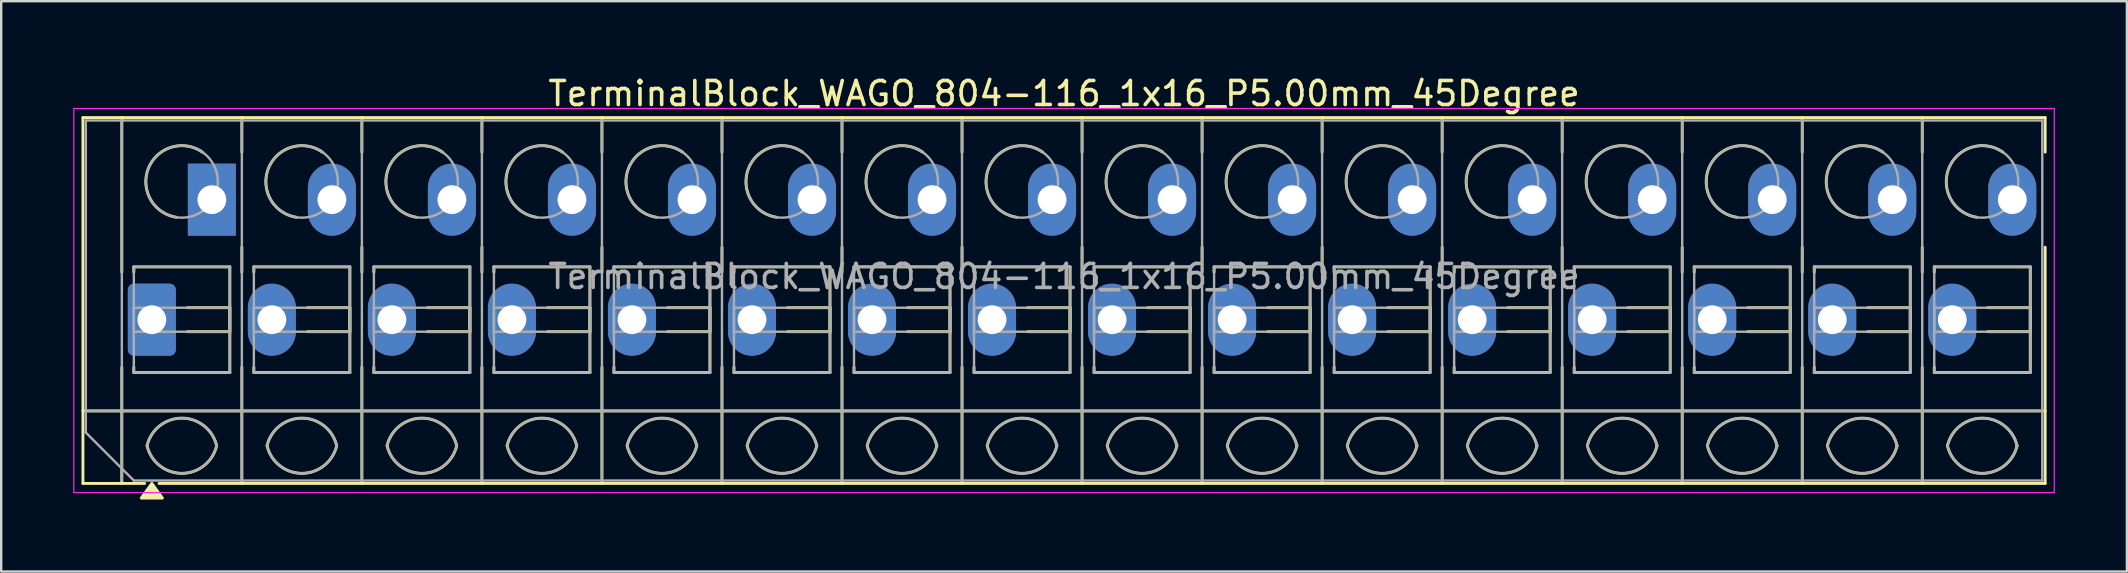
<source format=kicad_pcb>
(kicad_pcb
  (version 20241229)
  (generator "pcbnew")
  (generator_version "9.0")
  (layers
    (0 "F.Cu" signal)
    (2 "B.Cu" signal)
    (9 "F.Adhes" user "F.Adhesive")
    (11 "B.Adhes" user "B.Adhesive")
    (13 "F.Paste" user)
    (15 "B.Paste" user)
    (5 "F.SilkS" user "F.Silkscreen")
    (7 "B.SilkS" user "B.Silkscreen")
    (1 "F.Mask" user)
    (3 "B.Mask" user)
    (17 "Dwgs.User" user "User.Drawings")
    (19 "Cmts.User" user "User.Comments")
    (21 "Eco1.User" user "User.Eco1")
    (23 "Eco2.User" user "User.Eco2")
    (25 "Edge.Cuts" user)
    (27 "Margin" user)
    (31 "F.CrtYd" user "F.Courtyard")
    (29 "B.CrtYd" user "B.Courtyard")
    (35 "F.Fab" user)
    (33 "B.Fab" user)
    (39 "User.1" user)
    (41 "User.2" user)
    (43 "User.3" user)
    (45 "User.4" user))
  (footprint "TerminalBlock_WAGO_804-116_1x16_P5.00mm_45Degree"
    (layer "F.Cu")
    (at 3.275 10.268)
    (property "Reference" "TerminalBlock_WAGO_804-116_1x16_P5.00mm_45Degree" (at 38 -9.42 0) (layer "F.SilkS") (effects (font (size 1 1) (thickness 0.15))))
    (attr through_hole)
    (fp_line (start -2.87 -8.42) (end -2.87 6.82) (stroke (width 0.12) (type solid)) (layer "F.SilkS"))
    (fp_line (start -2.87 -8.42) (end 78.87 -8.42) (stroke (width 0.12) (type solid)) (layer "F.SilkS"))
    (fp_line (start -2.87 3.8) (end 78.87 3.8) (stroke (width 0.12) (type solid)) (layer "F.SilkS"))
    (fp_line (start -2.87 6.82) (end -0.3 6.82) (stroke (width 0.12) (type solid)) (layer "F.SilkS"))
    (fp_line (start -1.25 -8.42) (end -1.25 -1.98) (stroke (width 0.12) (type solid)) (layer "F.SilkS"))
    (fp_line (start -1.25 1.98) (end -1.25 6.82) (stroke (width 0.12) (type solid)) (layer "F.SilkS"))
    (fp_line (start -0.75 -2.2) (end -0.75 -1.98) (stroke (width 0.12) (type solid)) (layer "F.SilkS"))
    (fp_line (start -0.75 -2.2) (end 3.25 -2.2) (stroke (width 0.12) (type solid)) (layer "F.SilkS"))
    (fp_line (start -0.75 1.98) (end -0.75 2.2) (stroke (width 0.12) (type solid)) (layer "F.SilkS"))
    (fp_line (start -0.75 2.2) (end 3.25 2.2) (stroke (width 0.12) (type solid)) (layer "F.SilkS"))
    (fp_line (start 0.3 6.82) (end 78.87 6.82) (stroke (width 0.12) (type solid)) (layer "F.SilkS"))
    (fp_line (start 1.48 -0.5) (end 3.25 -0.5) (stroke (width 0.12) (type solid)) (layer "F.SilkS"))
    (fp_line (start 1.48 0.5) (end 3.25 0.5) (stroke (width 0.12) (type solid)) (layer "F.SilkS"))
    (fp_line (start 3.25 -2.2) (end 3.25 2.2) (stroke (width 0.12) (type solid)) (layer "F.SilkS"))
    (fp_line (start 3.25 -0.5) (end 3.25 0.5) (stroke (width 0.12) (type solid)) (layer "F.SilkS"))
    (fp_line (start 3.75 -8.42) (end 3.75 -6.98) (stroke (width 0.12) (type solid)) (layer "F.SilkS"))
    (fp_line (start 3.75 -3.02) (end 3.75 -1.98) (stroke (width 0.12) (type solid)) (layer "F.SilkS"))
    (fp_line (start 3.75 1.98) (end 3.75 6.82) (stroke (width 0.12) (type solid)) (layer "F.SilkS"))
    (fp_line (start 4.25 -2.2) (end 4.25 -1.98) (stroke (width 0.12) (type solid)) (layer "F.SilkS"))
    (fp_line (start 4.25 -2.2) (end 8.25 -2.2) (stroke (width 0.12) (type solid)) (layer "F.SilkS"))
    (fp_line (start 4.25 1.98) (end 4.25 2.2) (stroke (width 0.12) (type solid)) (layer "F.SilkS"))
    (fp_line (start 4.25 2.2) (end 8.25 2.2) (stroke (width 0.12) (type solid)) (layer "F.SilkS"))
    (fp_line (start 6.48 -0.5) (end 8.25 -0.5) (stroke (width 0.12) (type solid)) (layer "F.SilkS"))
    (fp_line (start 6.48 0.5) (end 8.25 0.5) (stroke (width 0.12) (type solid)) (layer "F.SilkS"))
    (fp_line (start 8.25 -2.2) (end 8.25 2.2) (stroke (width 0.12) (type solid)) (layer "F.SilkS"))
    (fp_line (start 8.25 -0.5) (end 8.25 0.5) (stroke (width 0.12) (type solid)) (layer "F.SilkS"))
    (fp_line (start 8.75 -8.42) (end 8.75 -6.98) (stroke (width 0.12) (type solid)) (layer "F.SilkS"))
    (fp_line (start 8.75 -3.02) (end 8.75 -1.98) (stroke (width 0.12) (type solid)) (layer "F.SilkS"))
    (fp_line (start 8.75 1.98) (end 8.75 6.82) (stroke (width 0.12) (type solid)) (layer "F.SilkS"))
    (fp_line (start 9.25 -2.2) (end 9.25 -1.98) (stroke (width 0.12) (type solid)) (layer "F.SilkS"))
    (fp_line (start 9.25 -2.2) (end 13.25 -2.2) (stroke (width 0.12) (type solid)) (layer "F.SilkS"))
    (fp_line (start 9.25 1.98) (end 9.25 2.2) (stroke (width 0.12) (type solid)) (layer "F.SilkS"))
    (fp_line (start 9.25 2.2) (end 13.25 2.2) (stroke (width 0.12) (type solid)) (layer "F.SilkS"))
    (fp_line (start 11.48 -0.5) (end 13.25 -0.5) (stroke (width 0.12) (type solid)) (layer "F.SilkS"))
    (fp_line (start 11.48 0.5) (end 13.25 0.5) (stroke (width 0.12) (type solid)) (layer "F.SilkS"))
    (fp_line (start 13.25 -2.2) (end 13.25 2.2) (stroke (width 0.12) (type solid)) (layer "F.SilkS"))
    (fp_line (start 13.25 -0.5) (end 13.25 0.5) (stroke (width 0.12) (type solid)) (layer "F.SilkS"))
    (fp_line (start 13.75 -8.42) (end 13.75 -6.98) (stroke (width 0.12) (type solid)) (layer "F.SilkS"))
    (fp_line (start 13.75 -3.02) (end 13.75 -1.98) (stroke (width 0.12) (type solid)) (layer "F.SilkS"))
    (fp_line (start 13.75 1.98) (end 13.75 6.82) (stroke (width 0.12) (type solid)) (layer "F.SilkS"))
    (fp_line (start 14.25 -2.2) (end 14.25 -1.98) (stroke (width 0.12) (type solid)) (layer "F.SilkS"))
    (fp_line (start 14.25 -2.2) (end 18.25 -2.2) (stroke (width 0.12) (type solid)) (layer "F.SilkS"))
    (fp_line (start 14.25 1.98) (end 14.25 2.2) (stroke (width 0.12) (type solid)) (layer "F.SilkS"))
    (fp_line (start 14.25 2.2) (end 18.25 2.2) (stroke (width 0.12) (type solid)) (layer "F.SilkS"))
    (fp_line (start 16.48 -0.5) (end 18.25 -0.5) (stroke (width 0.12) (type solid)) (layer "F.SilkS"))
    (fp_line (start 16.48 0.5) (end 18.25 0.5) (stroke (width 0.12) (type solid)) (layer "F.SilkS"))
    (fp_line (start 18.25 -2.2) (end 18.25 2.2) (stroke (width 0.12) (type solid)) (layer "F.SilkS"))
    (fp_line (start 18.25 -0.5) (end 18.25 0.5) (stroke (width 0.12) (type solid)) (layer "F.SilkS"))
    (fp_line (start 18.75 -8.42) (end 18.75 -6.98) (stroke (width 0.12) (type solid)) (layer "F.SilkS"))
    (fp_line (start 18.75 -3.02) (end 18.75 -1.98) (stroke (width 0.12) (type solid)) (layer "F.SilkS"))
    (fp_line (start 18.75 1.98) (end 18.75 6.82) (stroke (width 0.12) (type solid)) (layer "F.SilkS"))
    (fp_line (start 19.25 -2.2) (end 19.25 -1.98) (stroke (width 0.12) (type solid)) (layer "F.SilkS"))
    (fp_line (start 19.25 -2.2) (end 23.25 -2.2) (stroke (width 0.12) (type solid)) (layer "F.SilkS"))
    (fp_line (start 19.25 1.98) (end 19.25 2.2) (stroke (width 0.12) (type solid)) (layer "F.SilkS"))
    (fp_line (start 19.25 2.2) (end 23.25 2.2) (stroke (width 0.12) (type solid)) (layer "F.SilkS"))
    (fp_line (start 21.48 -0.5) (end 23.25 -0.5) (stroke (width 0.12) (type solid)) (layer "F.SilkS"))
    (fp_line (start 21.48 0.5) (end 23.25 0.5) (stroke (width 0.12) (type solid)) (layer "F.SilkS"))
    (fp_line (start 23.25 -2.2) (end 23.25 2.2) (stroke (width 0.12) (type solid)) (layer "F.SilkS"))
    (fp_line (start 23.25 -0.5) (end 23.25 0.5) (stroke (width 0.12) (type solid)) (layer "F.SilkS"))
    (fp_line (start 23.75 -8.42) (end 23.75 -6.98) (stroke (width 0.12) (type solid)) (layer "F.SilkS"))
    (fp_line (start 23.75 -3.02) (end 23.75 -1.98) (stroke (width 0.12) (type solid)) (layer "F.SilkS"))
    (fp_line (start 23.75 1.98) (end 23.75 6.82) (stroke (width 0.12) (type solid)) (layer "F.SilkS"))
    (fp_line (start 24.25 -2.2) (end 24.25 -1.98) (stroke (width 0.12) (type solid)) (layer "F.SilkS"))
    (fp_line (start 24.25 -2.2) (end 28.25 -2.2) (stroke (width 0.12) (type solid)) (layer "F.SilkS"))
    (fp_line (start 24.25 1.98) (end 24.25 2.2) (stroke (width 0.12) (type solid)) (layer "F.SilkS"))
    (fp_line (start 24.25 2.2) (end 28.25 2.2) (stroke (width 0.12) (type solid)) (layer "F.SilkS"))
    (fp_line (start 26.48 -0.5) (end 28.25 -0.5) (stroke (width 0.12) (type solid)) (layer "F.SilkS"))
    (fp_line (start 26.48 0.5) (end 28.25 0.5) (stroke (width 0.12) (type solid)) (layer "F.SilkS"))
    (fp_line (start 28.25 -2.2) (end 28.25 2.2) (stroke (width 0.12) (type solid)) (layer "F.SilkS"))
    (fp_line (start 28.25 -0.5) (end 28.25 0.5) (stroke (width 0.12) (type solid)) (layer "F.SilkS"))
    (fp_line (start 28.75 -8.42) (end 28.75 -6.98) (stroke (width 0.12) (type solid)) (layer "F.SilkS"))
    (fp_line (start 28.75 -3.02) (end 28.75 -1.98) (stroke (width 0.12) (type solid)) (layer "F.SilkS"))
    (fp_line (start 28.75 1.98) (end 28.75 6.82) (stroke (width 0.12) (type solid)) (layer "F.SilkS"))
    (fp_line (start 29.25 -2.2) (end 29.25 -1.98) (stroke (width 0.12) (type solid)) (layer "F.SilkS"))
    (fp_line (start 29.25 -2.2) (end 33.25 -2.2) (stroke (width 0.12) (type solid)) (layer "F.SilkS"))
    (fp_line (start 29.25 1.98) (end 29.25 2.2) (stroke (width 0.12) (type solid)) (layer "F.SilkS"))
    (fp_line (start 29.25 2.2) (end 33.25 2.2) (stroke (width 0.12) (type solid)) (layer "F.SilkS"))
    (fp_line (start 31.48 -0.5) (end 33.25 -0.5) (stroke (width 0.12) (type solid)) (layer "F.SilkS"))
    (fp_line (start 31.48 0.5) (end 33.25 0.5) (stroke (width 0.12) (type solid)) (layer "F.SilkS"))
    (fp_line (start 33.25 -2.2) (end 33.25 2.2) (stroke (width 0.12) (type solid)) (layer "F.SilkS"))
    (fp_line (start 33.25 -0.5) (end 33.25 0.5) (stroke (width 0.12) (type solid)) (layer "F.SilkS"))
    (fp_line (start 33.75 -8.42) (end 33.75 -6.98) (stroke (width 0.12) (type solid)) (layer "F.SilkS"))
    (fp_line (start 33.75 -3.02) (end 33.75 -1.98) (stroke (width 0.12) (type solid)) (layer "F.SilkS"))
    (fp_line (start 33.75 1.98) (end 33.75 6.82) (stroke (width 0.12) (type solid)) (layer "F.SilkS"))
    (fp_line (start 34.25 -2.2) (end 34.25 -1.98) (stroke (width 0.12) (type solid)) (layer "F.SilkS"))
    (fp_line (start 34.25 -2.2) (end 38.25 -2.2) (stroke (width 0.12) (type solid)) (layer "F.SilkS"))
    (fp_line (start 34.25 1.98) (end 34.25 2.2) (stroke (width 0.12) (type solid)) (layer "F.SilkS"))
    (fp_line (start 34.25 2.2) (end 38.25 2.2) (stroke (width 0.12) (type solid)) (layer "F.SilkS"))
    (fp_line (start 36.48 -0.5) (end 38.25 -0.5) (stroke (width 0.12) (type solid)) (layer "F.SilkS"))
    (fp_line (start 36.48 0.5) (end 38.25 0.5) (stroke (width 0.12) (type solid)) (layer "F.SilkS"))
    (fp_line (start 38.25 -2.2) (end 38.25 2.2) (stroke (width 0.12) (type solid)) (layer "F.SilkS"))
    (fp_line (start 38.25 -0.5) (end 38.25 0.5) (stroke (width 0.12) (type solid)) (layer "F.SilkS"))
    (fp_line (start 38.75 -8.42) (end 38.75 -6.98) (stroke (width 0.12) (type solid)) (layer "F.SilkS"))
    (fp_line (start 38.75 -3.02) (end 38.75 -1.98) (stroke (width 0.12) (type solid)) (layer "F.SilkS"))
    (fp_line (start 38.75 1.98) (end 38.75 6.82) (stroke (width 0.12) (type solid)) (layer "F.SilkS"))
    (fp_line (start 39.25 -2.2) (end 39.25 -1.98) (stroke (width 0.12) (type solid)) (layer "F.SilkS"))
    (fp_line (start 39.25 -2.2) (end 43.25 -2.2) (stroke (width 0.12) (type solid)) (layer "F.SilkS"))
    (fp_line (start 39.25 1.98) (end 39.25 2.2) (stroke (width 0.12) (type solid)) (layer "F.SilkS"))
    (fp_line (start 39.25 2.2) (end 43.25 2.2) (stroke (width 0.12) (type solid)) (layer "F.SilkS"))
    (fp_line (start 41.48 -0.5) (end 43.25 -0.5) (stroke (width 0.12) (type solid)) (layer "F.SilkS"))
    (fp_line (start 41.48 0.5) (end 43.25 0.5) (stroke (width 0.12) (type solid)) (layer "F.SilkS"))
    (fp_line (start 43.25 -2.2) (end 43.25 2.2) (stroke (width 0.12) (type solid)) (layer "F.SilkS"))
    (fp_line (start 43.25 -0.5) (end 43.25 0.5) (stroke (width 0.12) (type solid)) (layer "F.SilkS"))
    (fp_line (start 43.75 -8.42) (end 43.75 -6.98) (stroke (width 0.12) (type solid)) (layer "F.SilkS"))
    (fp_line (start 43.75 -3.02) (end 43.75 -1.98) (stroke (width 0.12) (type solid)) (layer "F.SilkS"))
    (fp_line (start 43.75 1.98) (end 43.75 6.82) (stroke (width 0.12) (type solid)) (layer "F.SilkS"))
    (fp_line (start 44.25 -2.2) (end 44.25 -1.98) (stroke (width 0.12) (type solid)) (layer "F.SilkS"))
    (fp_line (start 44.25 -2.2) (end 48.25 -2.2) (stroke (width 0.12) (type solid)) (layer "F.SilkS"))
    (fp_line (start 44.25 1.98) (end 44.25 2.2) (stroke (width 0.12) (type solid)) (layer "F.SilkS"))
    (fp_line (start 44.25 2.2) (end 48.25 2.2) (stroke (width 0.12) (type solid)) (layer "F.SilkS"))
    (fp_line (start 46.48 -0.5) (end 48.25 -0.5) (stroke (width 0.12) (type solid)) (layer "F.SilkS"))
    (fp_line (start 46.48 0.5) (end 48.25 0.5) (stroke (width 0.12) (type solid)) (layer "F.SilkS"))
    (fp_line (start 48.25 -2.2) (end 48.25 2.2) (stroke (width 0.12) (type solid)) (layer "F.SilkS"))
    (fp_line (start 48.25 -0.5) (end 48.25 0.5) (stroke (width 0.12) (type solid)) (layer "F.SilkS"))
    (fp_line (start 48.75 -8.42) (end 48.75 -6.98) (stroke (width 0.12) (type solid)) (layer "F.SilkS"))
    (fp_line (start 48.75 -3.02) (end 48.75 -1.98) (stroke (width 0.12) (type solid)) (layer "F.SilkS"))
    (fp_line (start 48.75 1.98) (end 48.75 6.82) (stroke (width 0.12) (type solid)) (layer "F.SilkS"))
    (fp_line (start 49.25 -2.2) (end 49.25 -1.98) (stroke (width 0.12) (type solid)) (layer "F.SilkS"))
    (fp_line (start 49.25 -2.2) (end 53.25 -2.2) (stroke (width 0.12) (type solid)) (layer "F.SilkS"))
    (fp_line (start 49.25 1.98) (end 49.25 2.2) (stroke (width 0.12) (type solid)) (layer "F.SilkS"))
    (fp_line (start 49.25 2.2) (end 53.25 2.2) (stroke (width 0.12) (type solid)) (layer "F.SilkS"))
    (fp_line (start 51.48 -0.5) (end 53.25 -0.5) (stroke (width 0.12) (type solid)) (layer "F.SilkS"))
    (fp_line (start 51.48 0.5) (end 53.25 0.5) (stroke (width 0.12) (type solid)) (layer "F.SilkS"))
    (fp_line (start 53.25 -2.2) (end 53.25 2.2) (stroke (width 0.12) (type solid)) (layer "F.SilkS"))
    (fp_line (start 53.25 -0.5) (end 53.25 0.5) (stroke (width 0.12) (type solid)) (layer "F.SilkS"))
    (fp_line (start 53.75 -8.42) (end 53.75 -6.98) (stroke (width 0.12) (type solid)) (layer "F.SilkS"))
    (fp_line (start 53.75 -3.02) (end 53.75 -1.98) (stroke (width 0.12) (type solid)) (layer "F.SilkS"))
    (fp_line (start 53.75 1.98) (end 53.75 6.82) (stroke (width 0.12) (type solid)) (layer "F.SilkS"))
    (fp_line (start 54.25 -2.2) (end 54.25 -1.98) (stroke (width 0.12) (type solid)) (layer "F.SilkS"))
    (fp_line (start 54.25 -2.2) (end 58.25 -2.2) (stroke (width 0.12) (type solid)) (layer "F.SilkS"))
    (fp_line (start 54.25 1.98) (end 54.25 2.2) (stroke (width 0.12) (type solid)) (layer "F.SilkS"))
    (fp_line (start 54.25 2.2) (end 58.25 2.2) (stroke (width 0.12) (type solid)) (layer "F.SilkS"))
    (fp_line (start 56.48 -0.5) (end 58.25 -0.5) (stroke (width 0.12) (type solid)) (layer "F.SilkS"))
    (fp_line (start 56.48 0.5) (end 58.25 0.5) (stroke (width 0.12) (type solid)) (layer "F.SilkS"))
    (fp_line (start 58.25 -2.2) (end 58.25 2.2) (stroke (width 0.12) (type solid)) (layer "F.SilkS"))
    (fp_line (start 58.25 -0.5) (end 58.25 0.5) (stroke (width 0.12) (type solid)) (layer "F.SilkS"))
    (fp_line (start 58.75 -8.42) (end 58.75 -6.98) (stroke (width 0.12) (type solid)) (layer "F.SilkS"))
    (fp_line (start 58.75 -3.02) (end 58.75 -1.98) (stroke (width 0.12) (type solid)) (layer "F.SilkS"))
    (fp_line (start 58.75 1.98) (end 58.75 6.82) (stroke (width 0.12) (type solid)) (layer "F.SilkS"))
    (fp_line (start 59.25 -2.2) (end 59.25 -1.98) (stroke (width 0.12) (type solid)) (layer "F.SilkS"))
    (fp_line (start 59.25 -2.2) (end 63.25 -2.2) (stroke (width 0.12) (type solid)) (layer "F.SilkS"))
    (fp_line (start 59.25 1.98) (end 59.25 2.2) (stroke (width 0.12) (type solid)) (layer "F.SilkS"))
    (fp_line (start 59.25 2.2) (end 63.25 2.2) (stroke (width 0.12) (type solid)) (layer "F.SilkS"))
    (fp_line (start 61.48 -0.5) (end 63.25 -0.5) (stroke (width 0.12) (type solid)) (layer "F.SilkS"))
    (fp_line (start 61.48 0.5) (end 63.25 0.5) (stroke (width 0.12) (type solid)) (layer "F.SilkS"))
    (fp_line (start 63.25 -2.2) (end 63.25 2.2) (stroke (width 0.12) (type solid)) (layer "F.SilkS"))
    (fp_line (start 63.25 -0.5) (end 63.25 0.5) (stroke (width 0.12) (type solid)) (layer "F.SilkS"))
    (fp_line (start 63.75 -8.42) (end 63.75 -6.98) (stroke (width 0.12) (type solid)) (layer "F.SilkS"))
    (fp_line (start 63.75 -3.02) (end 63.75 -1.98) (stroke (width 0.12) (type solid)) (layer "F.SilkS"))
    (fp_line (start 63.75 1.98) (end 63.75 6.82) (stroke (width 0.12) (type solid)) (layer "F.SilkS"))
    (fp_line (start 64.25 -2.2) (end 64.25 -1.98) (stroke (width 0.12) (type solid)) (layer "F.SilkS"))
    (fp_line (start 64.25 -2.2) (end 68.25 -2.2) (stroke (width 0.12) (type solid)) (layer "F.SilkS"))
    (fp_line (start 64.25 1.98) (end 64.25 2.2) (stroke (width 0.12) (type solid)) (layer "F.SilkS"))
    (fp_line (start 64.25 2.2) (end 68.25 2.2) (stroke (width 0.12) (type solid)) (layer "F.SilkS"))
    (fp_line (start 66.48 -0.5) (end 68.25 -0.5) (stroke (width 0.12) (type solid)) (layer "F.SilkS"))
    (fp_line (start 66.48 0.5) (end 68.25 0.5) (stroke (width 0.12) (type solid)) (layer "F.SilkS"))
    (fp_line (start 68.25 -2.2) (end 68.25 2.2) (stroke (width 0.12) (type solid)) (layer "F.SilkS"))
    (fp_line (start 68.25 -0.5) (end 68.25 0.5) (stroke (width 0.12) (type solid)) (layer "F.SilkS"))
    (fp_line (start 68.75 -8.42) (end 68.75 -6.98) (stroke (width 0.12) (type solid)) (layer "F.SilkS"))
    (fp_line (start 68.75 -3.02) (end 68.75 -1.98) (stroke (width 0.12) (type solid)) (layer "F.SilkS"))
    (fp_line (start 68.75 1.98) (end 68.75 6.82) (stroke (width 0.12) (type solid)) (layer "F.SilkS"))
    (fp_line (start 69.25 -2.2) (end 69.25 -1.98) (stroke (width 0.12) (type solid)) (layer "F.SilkS"))
    (fp_line (start 69.25 -2.2) (end 73.25 -2.2) (stroke (width 0.12) (type solid)) (layer "F.SilkS"))
    (fp_line (start 69.25 1.98) (end 69.25 2.2) (stroke (width 0.12) (type solid)) (layer "F.SilkS"))
    (fp_line (start 69.25 2.2) (end 73.25 2.2) (stroke (width 0.12) (type solid)) (layer "F.SilkS"))
    (fp_line (start 71.48 -0.5) (end 73.25 -0.5) (stroke (width 0.12) (type solid)) (layer "F.SilkS"))
    (fp_line (start 71.48 0.5) (end 73.25 0.5) (stroke (width 0.12) (type solid)) (layer "F.SilkS"))
    (fp_line (start 73.25 -2.2) (end 73.25 2.2) (stroke (width 0.12) (type solid)) (layer "F.SilkS"))
    (fp_line (start 73.25 -0.5) (end 73.25 0.5) (stroke (width 0.12) (type solid)) (layer "F.SilkS"))
    (fp_line (start 73.75 -8.42) (end 73.75 -6.98) (stroke (width 0.12) (type solid)) (layer "F.SilkS"))
    (fp_line (start 73.75 -3.02) (end 73.75 -1.98) (stroke (width 0.12) (type solid)) (layer "F.SilkS"))
    (fp_line (start 73.75 1.98) (end 73.75 6.82) (stroke (width 0.12) (type solid)) (layer "F.SilkS"))
    (fp_line (start 74.25 -2.2) (end 74.25 -1.98) (stroke (width 0.12) (type solid)) (layer "F.SilkS"))
    (fp_line (start 74.25 -2.2) (end 78.25 -2.2) (stroke (width 0.12) (type solid)) (layer "F.SilkS"))
    (fp_line (start 74.25 1.98) (end 74.25 2.2) (stroke (width 0.12) (type solid)) (layer "F.SilkS"))
    (fp_line (start 74.25 2.2) (end 78.25 2.2) (stroke (width 0.12) (type solid)) (layer "F.SilkS"))
    (fp_line (start 76.48 -0.5) (end 78.25 -0.5) (stroke (width 0.12) (type solid)) (layer "F.SilkS"))
    (fp_line (start 76.48 0.5) (end 78.25 0.5) (stroke (width 0.12) (type solid)) (layer "F.SilkS"))
    (fp_line (start 78.25 -2.2) (end 78.25 2.2) (stroke (width 0.12) (type solid)) (layer "F.SilkS"))
    (fp_line (start 78.25 -0.5) (end 78.25 0.5) (stroke (width 0.12) (type solid)) (layer "F.SilkS"))
    (fp_line (start 78.87 -8.42) (end 78.87 -6.98) (stroke (width 0.12) (type solid)) (layer "F.SilkS"))
    (fp_line (start 78.87 -3.02) (end 78.87 6.82) (stroke (width 0.12) (type solid)) (layer "F.SilkS"))
    (fp_arc (start -0.2 5.25) (mid 1.25 4.1) (end 2.7 5.25) (stroke (width 0.12) (type solid)) (layer "F.SilkS"))
    (fp_arc (start 1.02 -4.268) (mid -0.141916 -6.309209) (end 2.109 -6.98) (stroke (width 0.12) (type solid)) (layer "F.SilkS"))
    (fp_arc (start 2.7 5.25) (mid 1.25 6.4) (end -0.2 5.25) (stroke (width 0.12) (type solid)) (layer "F.SilkS"))
    (fp_arc (start 4.8 5.25) (mid 6.25 4.1) (end 7.7 5.25) (stroke (width 0.12) (type solid)) (layer "F.SilkS"))
    (fp_arc (start 6.02 -4.268) (mid 4.858084 -6.309209) (end 7.109 -6.98) (stroke (width 0.12) (type solid)) (layer "F.SilkS"))
    (fp_arc (start 7.7 5.25) (mid 6.25 6.4) (end 4.8 5.25) (stroke (width 0.12) (type solid)) (layer "F.SilkS"))
    (fp_arc (start 9.8 5.25) (mid 11.25 4.1) (end 12.7 5.25) (stroke (width 0.12) (type solid)) (layer "F.SilkS"))
    (fp_arc (start 11.02 -4.268) (mid 9.858084 -6.309209) (end 12.109 -6.98) (stroke (width 0.12) (type solid)) (layer "F.SilkS"))
    (fp_arc (start 12.7 5.25) (mid 11.25 6.4) (end 9.8 5.25) (stroke (width 0.12) (type solid)) (layer "F.SilkS"))
    (fp_arc (start 14.8 5.25) (mid 16.25 4.1) (end 17.7 5.25) (stroke (width 0.12) (type solid)) (layer "F.SilkS"))
    (fp_arc (start 16.02 -4.268) (mid 14.858084 -6.309209) (end 17.109 -6.98) (stroke (width 0.12) (type solid)) (layer "F.SilkS"))
    (fp_arc (start 17.7 5.25) (mid 16.25 6.4) (end 14.8 5.25) (stroke (width 0.12) (type solid)) (layer "F.SilkS"))
    (fp_arc (start 19.8 5.25) (mid 21.25 4.1) (end 22.7 5.25) (stroke (width 0.12) (type solid)) (layer "F.SilkS"))
    (fp_arc (start 21.02 -4.268) (mid 19.858084 -6.309209) (end 22.109 -6.98) (stroke (width 0.12) (type solid)) (layer "F.SilkS"))
    (fp_arc (start 22.7 5.25) (mid 21.25 6.4) (end 19.8 5.25) (stroke (width 0.12) (type solid)) (layer "F.SilkS"))
    (fp_arc (start 24.8 5.25) (mid 26.25 4.1) (end 27.7 5.25) (stroke (width 0.12) (type solid)) (layer "F.SilkS"))
    (fp_arc (start 26.02 -4.268) (mid 24.858084 -6.309209) (end 27.109 -6.98) (stroke (width 0.12) (type solid)) (layer "F.SilkS"))
    (fp_arc (start 27.7 5.25) (mid 26.25 6.4) (end 24.8 5.25) (stroke (width 0.12) (type solid)) (layer "F.SilkS"))
    (fp_arc (start 29.8 5.25) (mid 31.25 4.1) (end 32.7 5.25) (stroke (width 0.12) (type solid)) (layer "F.SilkS"))
    (fp_arc (start 31.02 -4.268) (mid 29.858084 -6.309209) (end 32.109 -6.98) (stroke (width 0.12) (type solid)) (layer "F.SilkS"))
    (fp_arc (start 32.7 5.25) (mid 31.25 6.4) (end 29.8 5.25) (stroke (width 0.12) (type solid)) (layer "F.SilkS"))
    (fp_arc (start 34.8 5.25) (mid 36.25 4.1) (end 37.7 5.25) (stroke (width 0.12) (type solid)) (layer "F.SilkS"))
    (fp_arc (start 36.02 -4.268) (mid 34.858084 -6.309209) (end 37.109 -6.98) (stroke (width 0.12) (type solid)) (layer "F.SilkS"))
    (fp_arc (start 37.7 5.25) (mid 36.25 6.4) (end 34.8 5.25) (stroke (width 0.12) (type solid)) (layer "F.SilkS"))
    (fp_arc (start 39.8 5.25) (mid 41.25 4.1) (end 42.7 5.25) (stroke (width 0.12) (type solid)) (layer "F.SilkS"))
    (fp_arc (start 41.02 -4.268) (mid 39.858084 -6.309209) (end 42.109 -6.98) (stroke (width 0.12) (type solid)) (layer "F.SilkS"))
    (fp_arc (start 42.7 5.25) (mid 41.25 6.4) (end 39.8 5.25) (stroke (width 0.12) (type solid)) (layer "F.SilkS"))
    (fp_arc (start 44.8 5.25) (mid 46.25 4.1) (end 47.7 5.25) (stroke (width 0.12) (type solid)) (layer "F.SilkS"))
    (fp_arc (start 46.02 -4.268) (mid 44.858084 -6.309209) (end 47.109 -6.98) (stroke (width 0.12) (type solid)) (layer "F.SilkS"))
    (fp_arc (start 47.7 5.25) (mid 46.25 6.4) (end 44.8 5.25) (stroke (width 0.12) (type solid)) (layer "F.SilkS"))
    (fp_arc (start 49.8 5.25) (mid 51.25 4.1) (end 52.7 5.25) (stroke (width 0.12) (type solid)) (layer "F.SilkS"))
    (fp_arc (start 51.02 -4.268) (mid 49.858084 -6.309209) (end 52.109 -6.98) (stroke (width 0.12) (type solid)) (layer "F.SilkS"))
    (fp_arc (start 52.7 5.25) (mid 51.25 6.4) (end 49.8 5.25) (stroke (width 0.12) (type solid)) (layer "F.SilkS"))
    (fp_arc (start 54.8 5.25) (mid 56.25 4.1) (end 57.7 5.25) (stroke (width 0.12) (type solid)) (layer "F.SilkS"))
    (fp_arc (start 56.02 -4.268) (mid 54.858084 -6.309209) (end 57.109 -6.98) (stroke (width 0.12) (type solid)) (layer "F.SilkS"))
    (fp_arc (start 57.7 5.25) (mid 56.25 6.4) (end 54.8 5.25) (stroke (width 0.12) (type solid)) (layer "F.SilkS"))
    (fp_arc (start 59.8 5.25) (mid 61.25 4.1) (end 62.7 5.25) (stroke (width 0.12) (type solid)) (layer "F.SilkS"))
    (fp_arc (start 61.02 -4.268) (mid 59.858084 -6.309209) (end 62.109 -6.98) (stroke (width 0.12) (type solid)) (layer "F.SilkS"))
    (fp_arc (start 62.7 5.25) (mid 61.25 6.4) (end 59.8 5.25) (stroke (width 0.12) (type solid)) (layer "F.SilkS"))
    (fp_arc (start 64.8 5.25) (mid 66.25 4.1) (end 67.7 5.25) (stroke (width 0.12) (type solid)) (layer "F.SilkS"))
    (fp_arc (start 66.02 -4.268) (mid 64.858084 -6.309209) (end 67.109 -6.98) (stroke (width 0.12) (type solid)) (layer "F.SilkS"))
    (fp_arc (start 67.7 5.25) (mid 66.25 6.4) (end 64.8 5.25) (stroke (width 0.12) (type solid)) (layer "F.SilkS"))
    (fp_arc (start 69.8 5.25) (mid 71.25 4.1) (end 72.7 5.25) (stroke (width 0.12) (type solid)) (layer "F.SilkS"))
    (fp_arc (start 71.02 -4.268) (mid 69.858084 -6.309209) (end 72.109 -6.98) (stroke (width 0.12) (type solid)) (layer "F.SilkS"))
    (fp_arc (start 72.7 5.25) (mid 71.25 6.4) (end 69.8 5.25) (stroke (width 0.12) (type solid)) (layer "F.SilkS"))
    (fp_arc (start 74.8 5.25) (mid 76.25 4.1) (end 77.7 5.25) (stroke (width 0.12) (type solid)) (layer "F.SilkS"))
    (fp_arc (start 76.02 -4.268) (mid 74.858084 -6.309209) (end 77.109 -6.98) (stroke (width 0.12) (type solid)) (layer "F.SilkS"))
    (fp_arc (start 77.7 5.25) (mid 76.25 6.4) (end 74.8 5.25) (stroke (width 0.12) (type solid)) (layer "F.SilkS"))
    (fp_poly (pts (xy 0 6.82) (xy 0.44 7.43) (xy -0.44 7.43)) (stroke (width 0.12) (type solid)) (fill yes) (layer "F.SilkS"))
    (fp_line (start -3.25 -8.8) (end -3.25 7.2) (stroke (width 0.05) (type solid)) (layer "F.CrtYd"))
    (fp_line (start -3.25 7.2) (end 79.25 7.2) (stroke (width 0.05) (type solid)) (layer "F.CrtYd"))
    (fp_line (start 79.25 -8.8) (end -3.25 -8.8) (stroke (width 0.05) (type solid)) (layer "F.CrtYd"))
    (fp_line (start 79.25 7.2) (end 79.25 -8.8) (stroke (width 0.05) (type solid)) (layer "F.CrtYd"))
    (fp_line (start -2.75 -8.3) (end 78.75 -8.3) (stroke (width 0.1) (type solid)) (layer "F.Fab"))
    (fp_line (start -2.75 3.8) (end 78.75 3.8) (stroke (width 0.1) (type solid)) (layer "F.Fab"))
    (fp_line (start -2.75 4.7) (end -2.75 -8.3) (stroke (width 0.1) (type solid)) (layer "F.Fab"))
    (fp_line (start -1.25 -8.3) (end -1.25 6.7) (stroke (width 0.1) (type solid)) (layer "F.Fab"))
    (fp_line (start -0.75 -2.2) (end -0.75 2.2) (stroke (width 0.1) (type solid)) (layer "F.Fab"))
    (fp_line (start -0.75 -0.5) (end -0.75 0.5) (stroke (width 0.1) (type solid)) (layer "F.Fab"))
    (fp_line (start -0.75 0.5) (end 3.25 0.5) (stroke (width 0.1) (type solid)) (layer "F.Fab"))
    (fp_line (start -0.75 2.2) (end 3.25 2.2) (stroke (width 0.1) (type solid)) (layer "F.Fab"))
    (fp_line (start -0.75 6.7) (end -2.75 4.7) (stroke (width 0.1) (type solid)) (layer "F.Fab"))
    (fp_line (start 3.25 -2.2) (end -0.75 -2.2) (stroke (width 0.1) (type solid)) (layer "F.Fab"))
    (fp_line (start 3.25 -0.5) (end -0.75 -0.5) (stroke (width 0.1) (type solid)) (layer "F.Fab"))
    (fp_line (start 3.25 0.5) (end 3.25 -0.5) (stroke (width 0.1) (type solid)) (layer "F.Fab"))
    (fp_line (start 3.25 2.2) (end 3.25 -2.2) (stroke (width 0.1) (type solid)) (layer "F.Fab"))
    (fp_line (start 3.75 -8.3) (end 3.75 6.7) (stroke (width 0.1) (type solid)) (layer "F.Fab"))
    (fp_line (start 4.25 -2.2) (end 4.25 2.2) (stroke (width 0.1) (type solid)) (layer "F.Fab"))
    (fp_line (start 4.25 -0.5) (end 4.25 0.5) (stroke (width 0.1) (type solid)) (layer "F.Fab"))
    (fp_line (start 4.25 0.5) (end 8.25 0.5) (stroke (width 0.1) (type solid)) (layer "F.Fab"))
    (fp_line (start 4.25 2.2) (end 8.25 2.2) (stroke (width 0.1) (type solid)) (layer "F.Fab"))
    (fp_line (start 8.25 -2.2) (end 4.25 -2.2) (stroke (width 0.1) (type solid)) (layer "F.Fab"))
    (fp_line (start 8.25 -0.5) (end 4.25 -0.5) (stroke (width 0.1) (type solid)) (layer "F.Fab"))
    (fp_line (start 8.25 0.5) (end 8.25 -0.5) (stroke (width 0.1) (type solid)) (layer "F.Fab"))
    (fp_line (start 8.25 2.2) (end 8.25 -2.2) (stroke (width 0.1) (type solid)) (layer "F.Fab"))
    (fp_line (start 8.75 -8.3) (end 8.75 6.7) (stroke (width 0.1) (type solid)) (layer "F.Fab"))
    (fp_line (start 9.25 -2.2) (end 9.25 2.2) (stroke (width 0.1) (type solid)) (layer "F.Fab"))
    (fp_line (start 9.25 -0.5) (end 9.25 0.5) (stroke (width 0.1) (type solid)) (layer "F.Fab"))
    (fp_line (start 9.25 0.5) (end 13.25 0.5) (stroke (width 0.1) (type solid)) (layer "F.Fab"))
    (fp_line (start 9.25 2.2) (end 13.25 2.2) (stroke (width 0.1) (type solid)) (layer "F.Fab"))
    (fp_line (start 13.25 -2.2) (end 9.25 -2.2) (stroke (width 0.1) (type solid)) (layer "F.Fab"))
    (fp_line (start 13.25 -0.5) (end 9.25 -0.5) (stroke (width 0.1) (type solid)) (layer "F.Fab"))
    (fp_line (start 13.25 0.5) (end 13.25 -0.5) (stroke (width 0.1) (type solid)) (layer "F.Fab"))
    (fp_line (start 13.25 2.2) (end 13.25 -2.2) (stroke (width 0.1) (type solid)) (layer "F.Fab"))
    (fp_line (start 13.75 -8.3) (end 13.75 6.7) (stroke (width 0.1) (type solid)) (layer "F.Fab"))
    (fp_line (start 14.25 -2.2) (end 14.25 2.2) (stroke (width 0.1) (type solid)) (layer "F.Fab"))
    (fp_line (start 14.25 -0.5) (end 14.25 0.5) (stroke (width 0.1) (type solid)) (layer "F.Fab"))
    (fp_line (start 14.25 0.5) (end 18.25 0.5) (stroke (width 0.1) (type solid)) (layer "F.Fab"))
    (fp_line (start 14.25 2.2) (end 18.25 2.2) (stroke (width 0.1) (type solid)) (layer "F.Fab"))
    (fp_line (start 18.25 -2.2) (end 14.25 -2.2) (stroke (width 0.1) (type solid)) (layer "F.Fab"))
    (fp_line (start 18.25 -0.5) (end 14.25 -0.5) (stroke (width 0.1) (type solid)) (layer "F.Fab"))
    (fp_line (start 18.25 0.5) (end 18.25 -0.5) (stroke (width 0.1) (type solid)) (layer "F.Fab"))
    (fp_line (start 18.25 2.2) (end 18.25 -2.2) (stroke (width 0.1) (type solid)) (layer "F.Fab"))
    (fp_line (start 18.75 -8.3) (end 18.75 6.7) (stroke (width 0.1) (type solid)) (layer "F.Fab"))
    (fp_line (start 19.25 -2.2) (end 19.25 2.2) (stroke (width 0.1) (type solid)) (layer "F.Fab"))
    (fp_line (start 19.25 -0.5) (end 19.25 0.5) (stroke (width 0.1) (type solid)) (layer "F.Fab"))
    (fp_line (start 19.25 0.5) (end 23.25 0.5) (stroke (width 0.1) (type solid)) (layer "F.Fab"))
    (fp_line (start 19.25 2.2) (end 23.25 2.2) (stroke (width 0.1) (type solid)) (layer "F.Fab"))
    (fp_line (start 23.25 -2.2) (end 19.25 -2.2) (stroke (width 0.1) (type solid)) (layer "F.Fab"))
    (fp_line (start 23.25 -0.5) (end 19.25 -0.5) (stroke (width 0.1) (type solid)) (layer "F.Fab"))
    (fp_line (start 23.25 0.5) (end 23.25 -0.5) (stroke (width 0.1) (type solid)) (layer "F.Fab"))
    (fp_line (start 23.25 2.2) (end 23.25 -2.2) (stroke (width 0.1) (type solid)) (layer "F.Fab"))
    (fp_line (start 23.75 -8.3) (end 23.75 6.7) (stroke (width 0.1) (type solid)) (layer "F.Fab"))
    (fp_line (start 24.25 -2.2) (end 24.25 2.2) (stroke (width 0.1) (type solid)) (layer "F.Fab"))
    (fp_line (start 24.25 -0.5) (end 24.25 0.5) (stroke (width 0.1) (type solid)) (layer "F.Fab"))
    (fp_line (start 24.25 0.5) (end 28.25 0.5) (stroke (width 0.1) (type solid)) (layer "F.Fab"))
    (fp_line (start 24.25 2.2) (end 28.25 2.2) (stroke (width 0.1) (type solid)) (layer "F.Fab"))
    (fp_line (start 28.25 -2.2) (end 24.25 -2.2) (stroke (width 0.1) (type solid)) (layer "F.Fab"))
    (fp_line (start 28.25 -0.5) (end 24.25 -0.5) (stroke (width 0.1) (type solid)) (layer "F.Fab"))
    (fp_line (start 28.25 0.5) (end 28.25 -0.5) (stroke (width 0.1) (type solid)) (layer "F.Fab"))
    (fp_line (start 28.25 2.2) (end 28.25 -2.2) (stroke (width 0.1) (type solid)) (layer "F.Fab"))
    (fp_line (start 28.75 -8.3) (end 28.75 6.7) (stroke (width 0.1) (type solid)) (layer "F.Fab"))
    (fp_line (start 29.25 -2.2) (end 29.25 2.2) (stroke (width 0.1) (type solid)) (layer "F.Fab"))
    (fp_line (start 29.25 -0.5) (end 29.25 0.5) (stroke (width 0.1) (type solid)) (layer "F.Fab"))
    (fp_line (start 29.25 0.5) (end 33.25 0.5) (stroke (width 0.1) (type solid)) (layer "F.Fab"))
    (fp_line (start 29.25 2.2) (end 33.25 2.2) (stroke (width 0.1) (type solid)) (layer "F.Fab"))
    (fp_line (start 33.25 -2.2) (end 29.25 -2.2) (stroke (width 0.1) (type solid)) (layer "F.Fab"))
    (fp_line (start 33.25 -0.5) (end 29.25 -0.5) (stroke (width 0.1) (type solid)) (layer "F.Fab"))
    (fp_line (start 33.25 0.5) (end 33.25 -0.5) (stroke (width 0.1) (type solid)) (layer "F.Fab"))
    (fp_line (start 33.25 2.2) (end 33.25 -2.2) (stroke (width 0.1) (type solid)) (layer "F.Fab"))
    (fp_line (start 33.75 -8.3) (end 33.75 6.7) (stroke (width 0.1) (type solid)) (layer "F.Fab"))
    (fp_line (start 34.25 -2.2) (end 34.25 2.2) (stroke (width 0.1) (type solid)) (layer "F.Fab"))
    (fp_line (start 34.25 -0.5) (end 34.25 0.5) (stroke (width 0.1) (type solid)) (layer "F.Fab"))
    (fp_line (start 34.25 0.5) (end 38.25 0.5) (stroke (width 0.1) (type solid)) (layer "F.Fab"))
    (fp_line (start 34.25 2.2) (end 38.25 2.2) (stroke (width 0.1) (type solid)) (layer "F.Fab"))
    (fp_line (start 38.25 -2.2) (end 34.25 -2.2) (stroke (width 0.1) (type solid)) (layer "F.Fab"))
    (fp_line (start 38.25 -0.5) (end 34.25 -0.5) (stroke (width 0.1) (type solid)) (layer "F.Fab"))
    (fp_line (start 38.25 0.5) (end 38.25 -0.5) (stroke (width 0.1) (type solid)) (layer "F.Fab"))
    (fp_line (start 38.25 2.2) (end 38.25 -2.2) (stroke (width 0.1) (type solid)) (layer "F.Fab"))
    (fp_line (start 38.75 -8.3) (end 38.75 6.7) (stroke (width 0.1) (type solid)) (layer "F.Fab"))
    (fp_line (start 39.25 -2.2) (end 39.25 2.2) (stroke (width 0.1) (type solid)) (layer "F.Fab"))
    (fp_line (start 39.25 -0.5) (end 39.25 0.5) (stroke (width 0.1) (type solid)) (layer "F.Fab"))
    (fp_line (start 39.25 0.5) (end 43.25 0.5) (stroke (width 0.1) (type solid)) (layer "F.Fab"))
    (fp_line (start 39.25 2.2) (end 43.25 2.2) (stroke (width 0.1) (type solid)) (layer "F.Fab"))
    (fp_line (start 43.25 -2.2) (end 39.25 -2.2) (stroke (width 0.1) (type solid)) (layer "F.Fab"))
    (fp_line (start 43.25 -0.5) (end 39.25 -0.5) (stroke (width 0.1) (type solid)) (layer "F.Fab"))
    (fp_line (start 43.25 0.5) (end 43.25 -0.5) (stroke (width 0.1) (type solid)) (layer "F.Fab"))
    (fp_line (start 43.25 2.2) (end 43.25 -2.2) (stroke (width 0.1) (type solid)) (layer "F.Fab"))
    (fp_line (start 43.75 -8.3) (end 43.75 6.7) (stroke (width 0.1) (type solid)) (layer "F.Fab"))
    (fp_line (start 44.25 -2.2) (end 44.25 2.2) (stroke (width 0.1) (type solid)) (layer "F.Fab"))
    (fp_line (start 44.25 -0.5) (end 44.25 0.5) (stroke (width 0.1) (type solid)) (layer "F.Fab"))
    (fp_line (start 44.25 0.5) (end 48.25 0.5) (stroke (width 0.1) (type solid)) (layer "F.Fab"))
    (fp_line (start 44.25 2.2) (end 48.25 2.2) (stroke (width 0.1) (type solid)) (layer "F.Fab"))
    (fp_line (start 48.25 -2.2) (end 44.25 -2.2) (stroke (width 0.1) (type solid)) (layer "F.Fab"))
    (fp_line (start 48.25 -0.5) (end 44.25 -0.5) (stroke (width 0.1) (type solid)) (layer "F.Fab"))
    (fp_line (start 48.25 0.5) (end 48.25 -0.5) (stroke (width 0.1) (type solid)) (layer "F.Fab"))
    (fp_line (start 48.25 2.2) (end 48.25 -2.2) (stroke (width 0.1) (type solid)) (layer "F.Fab"))
    (fp_line (start 48.75 -8.3) (end 48.75 6.7) (stroke (width 0.1) (type solid)) (layer "F.Fab"))
    (fp_line (start 49.25 -2.2) (end 49.25 2.2) (stroke (width 0.1) (type solid)) (layer "F.Fab"))
    (fp_line (start 49.25 -0.5) (end 49.25 0.5) (stroke (width 0.1) (type solid)) (layer "F.Fab"))
    (fp_line (start 49.25 0.5) (end 53.25 0.5) (stroke (width 0.1) (type solid)) (layer "F.Fab"))
    (fp_line (start 49.25 2.2) (end 53.25 2.2) (stroke (width 0.1) (type solid)) (layer "F.Fab"))
    (fp_line (start 53.25 -2.2) (end 49.25 -2.2) (stroke (width 0.1) (type solid)) (layer "F.Fab"))
    (fp_line (start 53.25 -0.5) (end 49.25 -0.5) (stroke (width 0.1) (type solid)) (layer "F.Fab"))
    (fp_line (start 53.25 0.5) (end 53.25 -0.5) (stroke (width 0.1) (type solid)) (layer "F.Fab"))
    (fp_line (start 53.25 2.2) (end 53.25 -2.2) (stroke (width 0.1) (type solid)) (layer "F.Fab"))
    (fp_line (start 53.75 -8.3) (end 53.75 6.7) (stroke (width 0.1) (type solid)) (layer "F.Fab"))
    (fp_line (start 54.25 -2.2) (end 54.25 2.2) (stroke (width 0.1) (type solid)) (layer "F.Fab"))
    (fp_line (start 54.25 -0.5) (end 54.25 0.5) (stroke (width 0.1) (type solid)) (layer "F.Fab"))
    (fp_line (start 54.25 0.5) (end 58.25 0.5) (stroke (width 0.1) (type solid)) (layer "F.Fab"))
    (fp_line (start 54.25 2.2) (end 58.25 2.2) (stroke (width 0.1) (type solid)) (layer "F.Fab"))
    (fp_line (start 58.25 -2.2) (end 54.25 -2.2) (stroke (width 0.1) (type solid)) (layer "F.Fab"))
    (fp_line (start 58.25 -0.5) (end 54.25 -0.5) (stroke (width 0.1) (type solid)) (layer "F.Fab"))
    (fp_line (start 58.25 0.5) (end 58.25 -0.5) (stroke (width 0.1) (type solid)) (layer "F.Fab"))
    (fp_line (start 58.25 2.2) (end 58.25 -2.2) (stroke (width 0.1) (type solid)) (layer "F.Fab"))
    (fp_line (start 58.75 -8.3) (end 58.75 6.7) (stroke (width 0.1) (type solid)) (layer "F.Fab"))
    (fp_line (start 59.25 -2.2) (end 59.25 2.2) (stroke (width 0.1) (type solid)) (layer "F.Fab"))
    (fp_line (start 59.25 -0.5) (end 59.25 0.5) (stroke (width 0.1) (type solid)) (layer "F.Fab"))
    (fp_line (start 59.25 0.5) (end 63.25 0.5) (stroke (width 0.1) (type solid)) (layer "F.Fab"))
    (fp_line (start 59.25 2.2) (end 63.25 2.2) (stroke (width 0.1) (type solid)) (layer "F.Fab"))
    (fp_line (start 63.25 -2.2) (end 59.25 -2.2) (stroke (width 0.1) (type solid)) (layer "F.Fab"))
    (fp_line (start 63.25 -0.5) (end 59.25 -0.5) (stroke (width 0.1) (type solid)) (layer "F.Fab"))
    (fp_line (start 63.25 0.5) (end 63.25 -0.5) (stroke (width 0.1) (type solid)) (layer "F.Fab"))
    (fp_line (start 63.25 2.2) (end 63.25 -2.2) (stroke (width 0.1) (type solid)) (layer "F.Fab"))
    (fp_line (start 63.75 -8.3) (end 63.75 6.7) (stroke (width 0.1) (type solid)) (layer "F.Fab"))
    (fp_line (start 64.25 -2.2) (end 64.25 2.2) (stroke (width 0.1) (type solid)) (layer "F.Fab"))
    (fp_line (start 64.25 -0.5) (end 64.25 0.5) (stroke (width 0.1) (type solid)) (layer "F.Fab"))
    (fp_line (start 64.25 0.5) (end 68.25 0.5) (stroke (width 0.1) (type solid)) (layer "F.Fab"))
    (fp_line (start 64.25 2.2) (end 68.25 2.2) (stroke (width 0.1) (type solid)) (layer "F.Fab"))
    (fp_line (start 68.25 -2.2) (end 64.25 -2.2) (stroke (width 0.1) (type solid)) (layer "F.Fab"))
    (fp_line (start 68.25 -0.5) (end 64.25 -0.5) (stroke (width 0.1) (type solid)) (layer "F.Fab"))
    (fp_line (start 68.25 0.5) (end 68.25 -0.5) (stroke (width 0.1) (type solid)) (layer "F.Fab"))
    (fp_line (start 68.25 2.2) (end 68.25 -2.2) (stroke (width 0.1) (type solid)) (layer "F.Fab"))
    (fp_line (start 68.75 -8.3) (end 68.75 6.7) (stroke (width 0.1) (type solid)) (layer "F.Fab"))
    (fp_line (start 69.25 -2.2) (end 69.25 2.2) (stroke (width 0.1) (type solid)) (layer "F.Fab"))
    (fp_line (start 69.25 -0.5) (end 69.25 0.5) (stroke (width 0.1) (type solid)) (layer "F.Fab"))
    (fp_line (start 69.25 0.5) (end 73.25 0.5) (stroke (width 0.1) (type solid)) (layer "F.Fab"))
    (fp_line (start 69.25 2.2) (end 73.25 2.2) (stroke (width 0.1) (type solid)) (layer "F.Fab"))
    (fp_line (start 73.25 -2.2) (end 69.25 -2.2) (stroke (width 0.1) (type solid)) (layer "F.Fab"))
    (fp_line (start 73.25 -0.5) (end 69.25 -0.5) (stroke (width 0.1) (type solid)) (layer "F.Fab"))
    (fp_line (start 73.25 0.5) (end 73.25 -0.5) (stroke (width 0.1) (type solid)) (layer "F.Fab"))
    (fp_line (start 73.25 2.2) (end 73.25 -2.2) (stroke (width 0.1) (type solid)) (layer "F.Fab"))
    (fp_line (start 73.75 -8.3) (end 73.75 6.7) (stroke (width 0.1) (type solid)) (layer "F.Fab"))
    (fp_line (start 74.25 -2.2) (end 74.25 2.2) (stroke (width 0.1) (type solid)) (layer "F.Fab"))
    (fp_line (start 74.25 -0.5) (end 74.25 0.5) (stroke (width 0.1) (type solid)) (layer "F.Fab"))
    (fp_line (start 74.25 0.5) (end 78.25 0.5) (stroke (width 0.1) (type solid)) (layer "F.Fab"))
    (fp_line (start 74.25 2.2) (end 78.25 2.2) (stroke (width 0.1) (type solid)) (layer "F.Fab"))
    (fp_line (start 78.25 -2.2) (end 74.25 -2.2) (stroke (width 0.1) (type solid)) (layer "F.Fab"))
    (fp_line (start 78.25 -0.5) (end 74.25 -0.5) (stroke (width 0.1) (type solid)) (layer "F.Fab"))
    (fp_line (start 78.25 0.5) (end 78.25 -0.5) (stroke (width 0.1) (type solid)) (layer "F.Fab"))
    (fp_line (start 78.25 2.2) (end 78.25 -2.2) (stroke (width 0.1) (type solid)) (layer "F.Fab"))
    (fp_line (start 78.75 -8.3) (end 78.75 6.7) (stroke (width 0.1) (type solid)) (layer "F.Fab"))
    (fp_line (start 78.75 6.7) (end -0.75 6.7) (stroke (width 0.1) (type solid)) (layer "F.Fab"))
    (fp_arc (start -0.2 5.25) (mid 1.25 4.1) (end 2.7 5.25) (stroke (width 0.1) (type solid)) (layer "F.Fab"))
    (fp_arc (start 2.7 5.25) (mid 1.25 6.4) (end -0.2 5.25) (stroke (width 0.1) (type solid)) (layer "F.Fab"))
    (fp_arc (start 4.8 5.25) (mid 6.25 4.1) (end 7.7 5.25) (stroke (width 0.1) (type solid)) (layer "F.Fab"))
    (fp_arc (start 7.7 5.25) (mid 6.25 6.4) (end 4.8 5.25) (stroke (width 0.1) (type solid)) (layer "F.Fab"))
    (fp_arc (start 9.8 5.25) (mid 11.25 4.1) (end 12.7 5.25) (stroke (width 0.1) (type solid)) (layer "F.Fab"))
    (fp_arc (start 12.7 5.25) (mid 11.25 6.4) (end 9.8 5.25) (stroke (width 0.1) (type solid)) (layer "F.Fab"))
    (fp_arc (start 14.8 5.25) (mid 16.25 4.1) (end 17.7 5.25) (stroke (width 0.1) (type solid)) (layer "F.Fab"))
    (fp_arc (start 17.7 5.25) (mid 16.25 6.4) (end 14.8 5.25) (stroke (width 0.1) (type solid)) (layer "F.Fab"))
    (fp_arc (start 19.8 5.25) (mid 21.25 4.1) (end 22.7 5.25) (stroke (width 0.1) (type solid)) (layer "F.Fab"))
    (fp_arc (start 22.7 5.25) (mid 21.25 6.4) (end 19.8 5.25) (stroke (width 0.1) (type solid)) (layer "F.Fab"))
    (fp_arc (start 24.8 5.25) (mid 26.25 4.1) (end 27.7 5.25) (stroke (width 0.1) (type solid)) (layer "F.Fab"))
    (fp_arc (start 27.7 5.25) (mid 26.25 6.4) (end 24.8 5.25) (stroke (width 0.1) (type solid)) (layer "F.Fab"))
    (fp_arc (start 29.8 5.25) (mid 31.25 4.1) (end 32.7 5.25) (stroke (width 0.1) (type solid)) (layer "F.Fab"))
    (fp_arc (start 32.7 5.25) (mid 31.25 6.4) (end 29.8 5.25) (stroke (width 0.1) (type solid)) (layer "F.Fab"))
    (fp_arc (start 34.8 5.25) (mid 36.25 4.1) (end 37.7 5.25) (stroke (width 0.1) (type solid)) (layer "F.Fab"))
    (fp_arc (start 37.7 5.25) (mid 36.25 6.4) (end 34.8 5.25) (stroke (width 0.1) (type solid)) (layer "F.Fab"))
    (fp_arc (start 39.8 5.25) (mid 41.25 4.1) (end 42.7 5.25) (stroke (width 0.1) (type solid)) (layer "F.Fab"))
    (fp_arc (start 42.7 5.25) (mid 41.25 6.4) (end 39.8 5.25) (stroke (width 0.1) (type solid)) (layer "F.Fab"))
    (fp_arc (start 44.8 5.25) (mid 46.25 4.1) (end 47.7 5.25) (stroke (width 0.1) (type solid)) (layer "F.Fab"))
    (fp_arc (start 47.7 5.25) (mid 46.25 6.4) (end 44.8 5.25) (stroke (width 0.1) (type solid)) (layer "F.Fab"))
    (fp_arc (start 49.8 5.25) (mid 51.25 4.1) (end 52.7 5.25) (stroke (width 0.1) (type solid)) (layer "F.Fab"))
    (fp_arc (start 52.7 5.25) (mid 51.25 6.4) (end 49.8 5.25) (stroke (width 0.1) (type solid)) (layer "F.Fab"))
    (fp_arc (start 54.8 5.25) (mid 56.25 4.1) (end 57.7 5.25) (stroke (width 0.1) (type solid)) (layer "F.Fab"))
    (fp_arc (start 57.7 5.25) (mid 56.25 6.4) (end 54.8 5.25) (stroke (width 0.1) (type solid)) (layer "F.Fab"))
    (fp_arc (start 59.8 5.25) (mid 61.25 4.1) (end 62.7 5.25) (stroke (width 0.1) (type solid)) (layer "F.Fab"))
    (fp_arc (start 62.7 5.25) (mid 61.25 6.4) (end 59.8 5.25) (stroke (width 0.1) (type solid)) (layer "F.Fab"))
    (fp_arc (start 64.8 5.25) (mid 66.25 4.1) (end 67.7 5.25) (stroke (width 0.1) (type solid)) (layer "F.Fab"))
    (fp_arc (start 67.7 5.25) (mid 66.25 6.4) (end 64.8 5.25) (stroke (width 0.1) (type solid)) (layer "F.Fab"))
    (fp_arc (start 69.8 5.25) (mid 71.25 4.1) (end 72.7 5.25) (stroke (width 0.1) (type solid)) (layer "F.Fab"))
    (fp_arc (start 72.7 5.25) (mid 71.25 6.4) (end 69.8 5.25) (stroke (width 0.1) (type solid)) (layer "F.Fab"))
    (fp_arc (start 74.8 5.25) (mid 76.25 4.1) (end 77.7 5.25) (stroke (width 0.1) (type solid)) (layer "F.Fab"))
    (fp_arc (start 77.7 5.25) (mid 76.25 6.4) (end 74.8 5.25) (stroke (width 0.1) (type solid)) (layer "F.Fab"))
    (fp_circle (center 1.25 -5.75) (end 2.75 -5.75) (stroke (width 0.1) (type solid)) (fill no) (layer "F.Fab"))
    (fp_circle (center 6.25 -5.75) (end 7.75 -5.75) (stroke (width 0.1) (type solid)) (fill no) (layer "F.Fab"))
    (fp_circle (center 11.25 -5.75) (end 12.75 -5.75) (stroke (width 0.1) (type solid)) (fill no) (layer "F.Fab"))
    (fp_circle (center 16.25 -5.75) (end 17.75 -5.75) (stroke (width 0.1) (type solid)) (fill no) (layer "F.Fab"))
    (fp_circle (center 21.25 -5.75) (end 22.75 -5.75) (stroke (width 0.1) (type solid)) (fill no) (layer "F.Fab"))
    (fp_circle (center 26.25 -5.75) (end 27.75 -5.75) (stroke (width 0.1) (type solid)) (fill no) (layer "F.Fab"))
    (fp_circle (center 31.25 -5.75) (end 32.75 -5.75) (stroke (width 0.1) (type solid)) (fill no) (layer "F.Fab"))
    (fp_circle (center 36.25 -5.75) (end 37.75 -5.75) (stroke (width 0.1) (type solid)) (fill no) (layer "F.Fab"))
    (fp_circle (center 41.25 -5.75) (end 42.75 -5.75) (stroke (width 0.1) (type solid)) (fill no) (layer "F.Fab"))
    (fp_circle (center 46.25 -5.75) (end 47.75 -5.75) (stroke (width 0.1) (type solid)) (fill no) (layer "F.Fab"))
    (fp_circle (center 51.25 -5.75) (end 52.75 -5.75) (stroke (width 0.1) (type solid)) (fill no) (layer "F.Fab"))
    (fp_circle (center 56.25 -5.75) (end 57.75 -5.75) (stroke (width 0.1) (type solid)) (fill no) (layer "F.Fab"))
    (fp_circle (center 61.25 -5.75) (end 62.75 -5.75) (stroke (width 0.1) (type solid)) (fill no) (layer "F.Fab"))
    (fp_circle (center 66.25 -5.75) (end 67.75 -5.75) (stroke (width 0.1) (type solid)) (fill no) (layer "F.Fab"))
    (fp_circle (center 71.25 -5.75) (end 72.75 -5.75) (stroke (width 0.1) (type solid)) (fill no) (layer "F.Fab"))
    (fp_circle (center 76.25 -5.75) (end 77.75 -5.75) (stroke (width 0.1) (type solid)) (fill no) (layer "F.Fab"))
    (fp_text user "${REFERENCE}" (at 38 -1.8 0) (layer "F.Fab") (effects (font (size 1 1) (thickness 0.15))))
    (pad "1" thru_hole roundrect (at 0 0) (size 2 3) (drill 1.2) (layers "*.Cu" "*.Mask") (roundrect_rratio 0.125))
    (pad "1" thru_hole rect (at 2.5 -5) (size 2 3) (drill 1.2) (layers "*.Cu" "*.Mask"))
    (pad "2" thru_hole oval (at 5 0) (size 2 3) (drill 1.2) (layers "*.Cu" "*.Mask"))
    (pad "2" thru_hole oval (at 7.5 -5) (size 2 3) (drill 1.2) (layers "*.Cu" "*.Mask"))
    (pad "3" thru_hole oval (at 10 0) (size 2 3) (drill 1.2) (layers "*.Cu" "*.Mask"))
    (pad "3" thru_hole oval (at 12.5 -5) (size 2 3) (drill 1.2) (layers "*.Cu" "*.Mask"))
    (pad "4" thru_hole oval (at 15 0) (size 2 3) (drill 1.2) (layers "*.Cu" "*.Mask"))
    (pad "4" thru_hole oval (at 17.5 -5) (size 2 3) (drill 1.2) (layers "*.Cu" "*.Mask"))
    (pad "5" thru_hole oval (at 20 0) (size 2 3) (drill 1.2) (layers "*.Cu" "*.Mask"))
    (pad "5" thru_hole oval (at 22.5 -5) (size 2 3) (drill 1.2) (layers "*.Cu" "*.Mask"))
    (pad "6" thru_hole oval (at 25 0) (size 2 3) (drill 1.2) (layers "*.Cu" "*.Mask"))
    (pad "6" thru_hole oval (at 27.5 -5) (size 2 3) (drill 1.2) (layers "*.Cu" "*.Mask"))
    (pad "7" thru_hole oval (at 30 0) (size 2 3) (drill 1.2) (layers "*.Cu" "*.Mask"))
    (pad "7" thru_hole oval (at 32.5 -5) (size 2 3) (drill 1.2) (layers "*.Cu" "*.Mask"))
    (pad "8" thru_hole oval (at 35 0) (size 2 3) (drill 1.2) (layers "*.Cu" "*.Mask"))
    (pad "8" thru_hole oval (at 37.5 -5) (size 2 3) (drill 1.2) (layers "*.Cu" "*.Mask"))
    (pad "9" thru_hole oval (at 40 0) (size 2 3) (drill 1.2) (layers "*.Cu" "*.Mask"))
    (pad "9" thru_hole oval (at 42.5 -5) (size 2 3) (drill 1.2) (layers "*.Cu" "*.Mask"))
    (pad "10" thru_hole oval (at 45 0) (size 2 3) (drill 1.2) (layers "*.Cu" "*.Mask"))
    (pad "10" thru_hole oval (at 47.5 -5) (size 2 3) (drill 1.2) (layers "*.Cu" "*.Mask"))
    (pad "11" thru_hole oval (at 50 0) (size 2 3) (drill 1.2) (layers "*.Cu" "*.Mask"))
    (pad "11" thru_hole oval (at 52.5 -5) (size 2 3) (drill 1.2) (layers "*.Cu" "*.Mask"))
    (pad "12" thru_hole oval (at 55 0) (size 2 3) (drill 1.2) (layers "*.Cu" "*.Mask"))
    (pad "12" thru_hole oval (at 57.5 -5) (size 2 3) (drill 1.2) (layers "*.Cu" "*.Mask"))
    (pad "13" thru_hole oval (at 60 0) (size 2 3) (drill 1.2) (layers "*.Cu" "*.Mask"))
    (pad "13" thru_hole oval (at 62.5 -5) (size 2 3) (drill 1.2) (layers "*.Cu" "*.Mask"))
    (pad "14" thru_hole oval (at 65 0) (size 2 3) (drill 1.2) (layers "*.Cu" "*.Mask"))
    (pad "14" thru_hole oval (at 67.5 -5) (size 2 3) (drill 1.2) (layers "*.Cu" "*.Mask"))
    (pad "15" thru_hole oval (at 70 0) (size 2 3) (drill 1.2) (layers "*.Cu" "*.Mask"))
    (pad "15" thru_hole oval (at 72.5 -5) (size 2 3) (drill 1.2) (layers "*.Cu" "*.Mask"))
    (pad "16" thru_hole oval (at 75 0) (size 2 3) (drill 1.2) (layers "*.Cu" "*.Mask"))
    (pad "16" thru_hole oval (at 77.5 -5) (size 2 3) (drill 1.2) (layers "*.Cu" "*.Mask")))
  (gr_rect
    (start -3 -3)
    (end 85.55 20.758)
    (stroke (width 0.1) (type default))
    (fill no)
    (layer "Edge.Cuts")))
</source>
